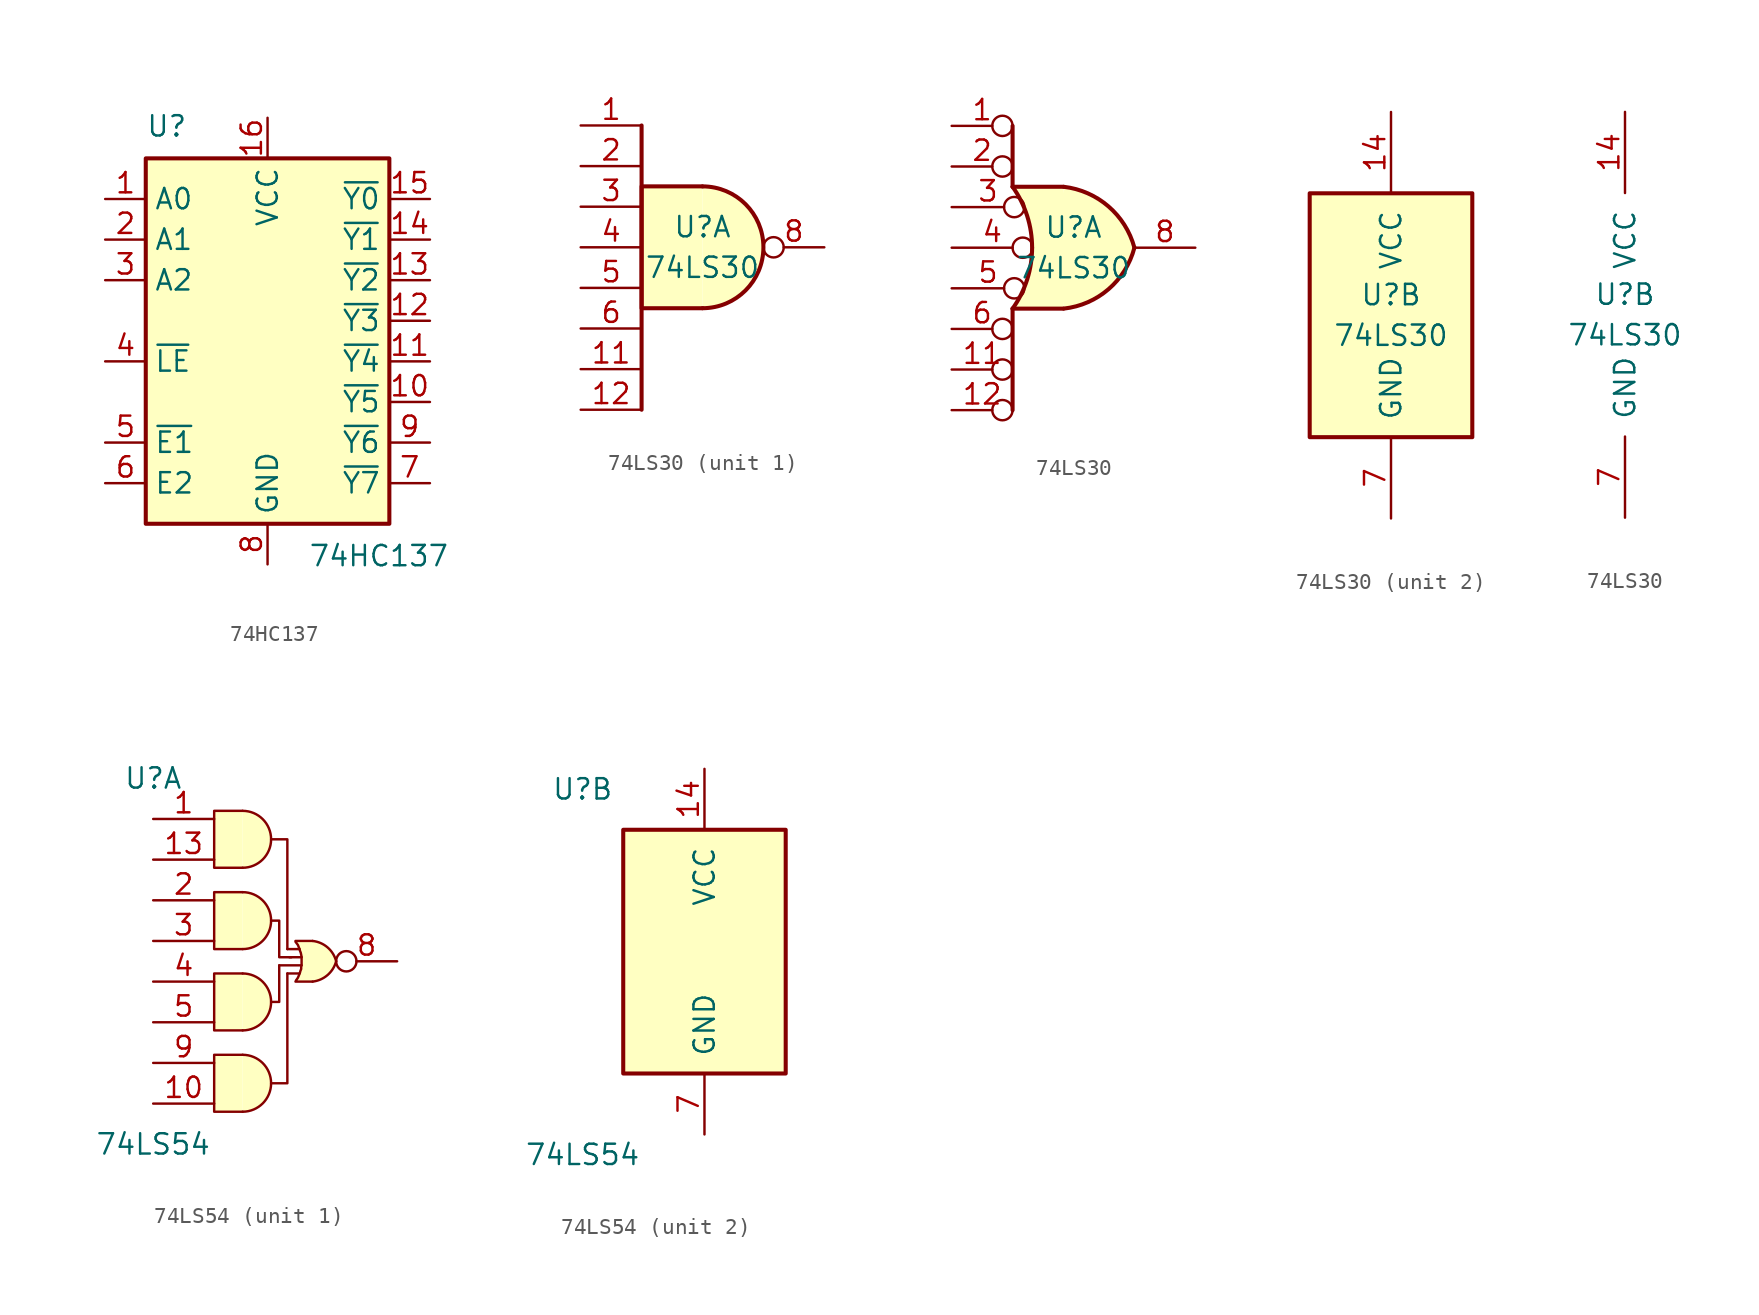
<source format=kicad_sym>
(kicad_symbol_lib
  (version 20201005)
  (generator kicad_symbol_editor)
  (symbol "74HC137"
    (property "Reference" "U"
      (at -7.62 13.97 0)
      (effects (font (size 1.27 1.27)) (justify left bottom)))
    (property "Value" "74HC137"
      (at 2.54 -11.43 0)
      (effects (font (size 1.27 1.27)) (justify left top)))
    (symbol "74HC137_0_1"
      (rectangle (start -7.62 12.7) (end 7.62 -10.16) (stroke (width 0.254)) (fill (type background))))
    (symbol "74HC137_1_1"
      (pin input line (at -10.16 10.16 0) (length 2.54) (name "A0" (effects (font (size 1.27 1.27)))) (number "1" (effects (font (size 1.27 1.27)))))
      (pin output line (at 10.16 -2.54 180) (length 2.54) (name "~Y5" (effects (font (size 1.27 1.27)))) (number "10" (effects (font (size 1.27 1.27)))))
      (pin output line (at 10.16 0 180) (length 2.54) (name "~Y4" (effects (font (size 1.27 1.27)))) (number "11" (effects (font (size 1.27 1.27)))))
      (pin output line (at 10.16 2.54 180) (length 2.54) (name "~Y3" (effects (font (size 1.27 1.27)))) (number "12" (effects (font (size 1.27 1.27)))))
      (pin output line (at 10.16 5.08 180) (length 2.54) (name "~Y2" (effects (font (size 1.27 1.27)))) (number "13" (effects (font (size 1.27 1.27)))))
      (pin output line (at 10.16 7.62 180) (length 2.54) (name "~Y1" (effects (font (size 1.27 1.27)))) (number "14" (effects (font (size 1.27 1.27)))))
      (pin output line (at 10.16 10.16 180) (length 2.54) (name "~Y0" (effects (font (size 1.27 1.27)))) (number "15" (effects (font (size 1.27 1.27)))))
      (pin power_in line (at 0 15.24 270) (length 2.54) (name "VCC" (effects (font (size 1.27 1.27)))) (number "16" (effects (font (size 1.27 1.27)))))
      (pin input line (at -10.16 7.62 0) (length 2.54) (name "A1" (effects (font (size 1.27 1.27)))) (number "2" (effects (font (size 1.27 1.27)))))
      (pin input line (at -10.16 5.08 0) (length 2.54) (name "A2" (effects (font (size 1.27 1.27)))) (number "3" (effects (font (size 1.27 1.27)))))
      (pin input line (at -10.16 0 0) (length 2.54) (name "~LE" (effects (font (size 1.27 1.27)))) (number "4" (effects (font (size 1.27 1.27)))))
      (pin input line (at -10.16 -5.08 0) (length 2.54) (name "~E1" (effects (font (size 1.27 1.27)))) (number "5" (effects (font (size 1.27 1.27)))))
      (pin input line (at -10.16 -7.62 0) (length 2.54) (name "E2" (effects (font (size 1.27 1.27)))) (number "6" (effects (font (size 1.27 1.27)))))
      (pin output line (at 10.16 -7.62 180) (length 2.54) (name "~Y7" (effects (font (size 1.27 1.27)))) (number "7" (effects (font (size 1.27 1.27)))))
      (pin power_in line (at 0 -12.7 90) (length 2.54) (name "GND" (effects (font (size 1.27 1.27)))) (number "8" (effects (font (size 1.27 1.27)))))
      (pin output line (at 10.16 -5.08 180) (length 2.54) (name "~Y6" (effects (font (size 1.27 1.27)))) (number "9" (effects (font (size 1.27 1.27)))))))
  (symbol "74LS30"
    (pin_names
      (offset 1.016))
    (property "Reference" "U"
      (at 0 1.27 0)
      (effects (font (size 1.27 1.27))))
    (property "Value" "74LS30"
      (at 0 -1.27 0)
      (effects (font (size 1.27 1.27))))
    (property "ki_locked" ""
      (at 0 0 0)
      (effects (font (size 1.27 1.27))))
    (symbol "74LS30_1_1"
      (arc (start 0 -3.81) (end 0 3.81) (radius (at 0 0) (length 3.81) (angles -89.9 89.9)) (stroke (width 0.254)) (fill (type background)))
      (polyline (pts (xy -3.81 7.62) (xy -3.81 -10.16)) (stroke (width 0.254)) (fill (type none)))
      (polyline (pts (xy 0 3.81) (xy -3.81 3.81) (xy -3.81 -3.81) (xy 0 -3.81)) (stroke (width 0.254)) (fill (type background)))
      (pin input line (at -7.62 7.62 0) (length 3.81) (name "~" (effects (font (size 1.27 1.27)))) (number "1" (effects (font (size 1.27 1.27)))))
      (pin input line (at -7.62 -7.62 0) (length 3.81) (name "~" (effects (font (size 1.27 1.27)))) (number "11" (effects (font (size 1.27 1.27)))))
      (pin input line (at -7.62 -10.16 0) (length 3.81) (name "~" (effects (font (size 1.27 1.27)))) (number "12" (effects (font (size 1.27 1.27)))))
      (pin input line (at -7.62 5.08 0) (length 3.81) (name "~" (effects (font (size 1.27 1.27)))) (number "2" (effects (font (size 1.27 1.27)))))
      (pin input line (at -7.62 2.54 0) (length 3.81) (name "~" (effects (font (size 1.27 1.27)))) (number "3" (effects (font (size 1.27 1.27)))))
      (pin input line (at -7.62 0 0) (length 3.81) (name "~" (effects (font (size 1.27 1.27)))) (number "4" (effects (font (size 1.27 1.27)))))
      (pin input line (at -7.62 -2.54 0) (length 3.81) (name "~" (effects (font (size 1.27 1.27)))) (number "5" (effects (font (size 1.27 1.27)))))
      (pin input line (at -7.62 -5.08 0) (length 3.81) (name "~" (effects (font (size 1.27 1.27)))) (number "6" (effects (font (size 1.27 1.27)))))
      (pin output inverted (at 7.62 0 180) (length 3.81) (name "~" (effects (font (size 1.27 1.27)))) (number "8" (effects (font (size 1.27 1.27))))))
    (symbol "74LS30_1_2"
      (arc (start -3.81 3.81) (end -3.81 -3.81) (radius (at -9.144 0) (length 6.5532) (angles 35.4 -35.4)) (stroke (width 0.254)) (fill (type none)))
      (arc (start 3.81 0) (end -0.6096 3.81) (radius (at -1.1938 -1.3208) (length 5.1816) (angles 15 83.7)) (stroke (width 0.254)) (fill (type background)))
      (arc (start 3.81 0) (end -0.6096 -3.81) (radius (at -1.1938 1.3208) (length 5.1816) (angles -15 -83.7)) (stroke (width 0.254)) (fill (type background)))
      (polyline (pts (xy -3.81 -3.81) (xy -3.81 -10.16)) (stroke (width 0.254)) (fill (type none)))
      (polyline (pts (xy -3.81 7.62) (xy -3.81 3.81)) (stroke (width 0.254)) (fill (type none)))
      (polyline (pts (xy -3.81 -3.81) (xy -0.635 -3.81)) (stroke (width 0.254)) (fill (type background)))
      (polyline (pts (xy -3.81 3.81) (xy -0.635 3.81)) (stroke (width 0.254)) (fill (type background)))
      (polyline (pts (xy -0.635 3.81) (xy -3.81 3.81) (xy -3.81 3.81) (xy -3.556 3.404) (xy -3.023 2.261) (xy -2.692 1.041) (xy -2.616 -0.254) (xy -2.769 -1.499) (xy -3.175 -2.718) (xy -3.81 -3.81) (xy -3.81 -3.81) (xy -0.635 -3.81)) (stroke (width -25.4)) (fill (type background)))
      (pin input inverted (at -7.62 7.62 0) (length 3.81) (name "~" (effects (font (size 1.27 1.27)))) (number "1" (effects (font (size 1.27 1.27)))))
      (pin input inverted (at -7.62 -7.62 0) (length 3.81) (name "~" (effects (font (size 1.27 1.27)))) (number "11" (effects (font (size 1.27 1.27)))))
      (pin input inverted (at -7.62 -10.16 0) (length 3.81) (name "~" (effects (font (size 1.27 1.27)))) (number "12" (effects (font (size 1.27 1.27)))))
      (pin input inverted (at -7.62 5.08 0) (length 3.81) (name "~" (effects (font (size 1.27 1.27)))) (number "2" (effects (font (size 1.27 1.27)))))
      (pin input inverted (at -7.62 2.54 0) (length 4.547) (name "~" (effects (font (size 1.27 1.27)))) (number "3" (effects (font (size 1.27 1.27)))))
      (pin input inverted (at -7.62 0 0) (length 5.08) (name "~" (effects (font (size 1.27 1.27)))) (number "4" (effects (font (size 1.27 1.27)))))
      (pin input inverted (at -7.62 -2.54 0) (length 4.547) (name "~" (effects (font (size 1.27 1.27)))) (number "5" (effects (font (size 1.27 1.27)))))
      (pin input inverted (at -7.62 -5.08 0) (length 3.81) (name "~" (effects (font (size 1.27 1.27)))) (number "6" (effects (font (size 1.27 1.27)))))
      (pin output line (at 7.62 0 180) (length 3.81) (name "~" (effects (font (size 1.27 1.27)))) (number "8" (effects (font (size 1.27 1.27))))))
    (symbol "74LS30_2_0"
      (pin power_in line (at 0 12.7 270) (length 5.08) (name "VCC" (effects (font (size 1.27 1.27)))) (number "14" (effects (font (size 1.27 1.27)))))
      (pin power_in line (at 0 -12.7 90) (length 5.08) (name "GND" (effects (font (size 1.27 1.27)))) (number "7" (effects (font (size 1.27 1.27))))))
    (symbol "74LS30_2_1"
      (rectangle (start -5.08 7.62) (end 5.08 -7.62) (stroke (width 0.254)) (fill (type background)))))
  (symbol "74LS54"
    (pin_names
      (offset 1.016))
    (property "Reference" "U"
      (at -7.62 10.16 0)
      (effects (font (size 1.27 1.27))))
    (property "Value" "74LS54"
      (at -7.62 -12.7 0)
      (effects (font (size 1.27 1.27))))
    (property "ki_locked" ""
      (at 0 0 0)
      (effects (font (size 1.27 1.27))))
    (symbol "74LS54_1_0"
      (arc (start -2.032 -10.668) (end -2.032 -7.112) (radius (at -2.032 -8.89) (length 1.778) (angles -89.9 89.9)) (stroke (width 0)) (fill (type background)))
      (arc (start -2.032 -5.588) (end -2.032 -2.032) (radius (at -2.032 -3.81) (length 1.778) (angles -89.9 89.9)) (stroke (width 0)) (fill (type background)))
      (arc (start -2.032 -0.508) (end -2.032 3.048) (radius (at -2.032 1.27) (length 1.778) (angles -89.9 89.9)) (stroke (width 0)) (fill (type background)))
      (arc (start -2.032 4.572) (end -2.032 8.128) (radius (at -2.032 6.35) (length 1.778) (angles -89.9 89.9)) (stroke (width 0)) (fill (type background)))
      (arc (start 3.81 -1.27) (end 2.3368 0) (radius (at 2.159 -1.7018) (length 1.7272) (angles 15 83.7)) (stroke (width 0.1524)) (fill (type background)))
      (arc (start 3.81 -1.27) (end 2.3368 -2.54) (radius (at 2.159 -0.8382) (length 1.7272) (angles -15 -83.7)) (stroke (width 0.1524)) (fill (type background)))
      (polyline (pts (xy 0.254 -1.524) (xy 1.651 -1.524)) (stroke (width 0)) (fill (type none)))
      (polyline (pts (xy 0.762 -2.032) (xy 1.524 -2.032)) (stroke (width 0)) (fill (type none)))
      (polyline (pts (xy 0.762 -0.508) (xy 1.524 -0.508)) (stroke (width 0)) (fill (type none)))
      (polyline (pts (xy 1.651 -1.016) (xy 0.889 -1.016)) (stroke (width 0)) (fill (type none)))
      (polyline (pts (xy -0.254 -3.81) (xy 0.254 -3.81) (xy 0.254 -1.524)) (stroke (width 0)) (fill (type none)))
      (polyline (pts (xy 0.762 -2.032) (xy 0.762 -8.89) (xy -0.254 -8.89)) (stroke (width 0)) (fill (type none)))
      (polyline (pts (xy 0.762 -0.508) (xy 0.762 6.35) (xy -0.254 6.35)) (stroke (width 0)) (fill (type none)))
      (polyline (pts (xy 1.016 -1.016) (xy 0.254 -1.016) (xy 0.254 1.27) (xy -0.254 1.27)) (stroke (width 0)) (fill (type none)))
      (polyline (pts (xy -2.032 -7.112) (xy -3.81 -7.112) (xy -3.81 -10.668) (xy -2.032 -10.668)) (stroke (width 0)) (fill (type background)))
      (polyline (pts (xy -2.032 -2.032) (xy -3.81 -2.032) (xy -3.81 -5.588) (xy -2.032 -5.588)) (stroke (width 0)) (fill (type background)))
      (polyline (pts (xy -2.032 3.048) (xy -3.81 3.048) (xy -3.81 -0.508) (xy -2.032 -0.508)) (stroke (width 0)) (fill (type background)))
      (polyline (pts (xy -2.032 8.128) (xy -3.81 8.128) (xy -3.81 4.572) (xy -2.032 4.572)) (stroke (width 0)) (fill (type background)))
      (polyline (pts (xy 2.337 0) (xy 1.27 0) (xy 1.27 0) (xy 1.27 -0.051) (xy 1.346 -0.152) (xy 1.422 -0.254) (xy 1.473 -0.381) (xy 1.524 -0.508) (xy 1.549 -0.61) (xy 1.6 -0.737) (xy 1.626 -0.864) (xy 1.651 -0.991) (xy 1.651 -1.118) (xy 1.651 -1.245) (xy 1.651 -1.372) (xy 1.651 -1.499) (xy 1.626 -1.626) (xy 1.626 -1.753) (xy 1.575 -1.88) (xy 1.549 -1.981) (xy 1.499 -2.108) (xy 1.448 -2.235) (xy 1.397 -2.337) (xy 1.321 -2.438) (xy 1.27 -2.54) (xy 1.27 -2.54) (xy 2.337 -2.54)) (stroke (width 0.152)) (fill (type background)))
      (pin input line (at -7.62 7.62 0) (length 3.81) (name "~" (effects (font (size 1.27 1.27)))) (number "1" (effects (font (size 1.27 1.27)))))
      (pin input line (at -7.62 -10.16 0) (length 3.81) (name "~" (effects (font (size 1.27 1.27)))) (number "10" (effects (font (size 1.27 1.27)))))
      (pin input line (at -7.62 5.08 0) (length 3.81) (name "~" (effects (font (size 1.27 1.27)))) (number "13" (effects (font (size 1.27 1.27)))))
      (pin input line (at -7.62 2.54 0) (length 3.81) (name "~" (effects (font (size 1.27 1.27)))) (number "2" (effects (font (size 1.27 1.27)))))
      (pin input line (at -7.62 0 0) (length 3.81) (name "~" (effects (font (size 1.27 1.27)))) (number "3" (effects (font (size 1.27 1.27)))))
      (pin input line (at -7.62 -2.54 0) (length 3.81) (name "~" (effects (font (size 1.27 1.27)))) (number "4" (effects (font (size 1.27 1.27)))))
      (pin input line (at -7.62 -5.08 0) (length 3.81) (name "~" (effects (font (size 1.27 1.27)))) (number "5" (effects (font (size 1.27 1.27)))))
      (pin output inverted (at 7.62 -1.27 180) (length 3.81) (name "~" (effects (font (size 1.27 1.27)))) (number "8" (effects (font (size 1.27 1.27)))))
      (pin input line (at -7.62 -7.62 0) (length 3.81) (name "~" (effects (font (size 1.27 1.27)))) (number "9" (effects (font (size 1.27 1.27))))))
    (symbol "74LS54_2_0"
      (pin power_in line (at 0 11.43 270) (length 3.81) (name "VCC" (effects (font (size 1.27 1.27)))) (number "14" (effects (font (size 1.27 1.27)))))
      (pin power_in line (at 0 -11.43 90) (length 3.81) (name "GND" (effects (font (size 1.27 1.27)))) (number "7" (effects (font (size 1.27 1.27))))))
    (symbol "74LS54_2_1"
      (rectangle (start -5.08 7.62) (end 5.08 -7.62) (stroke (width 0.254)) (fill (type background))))))
</source>
